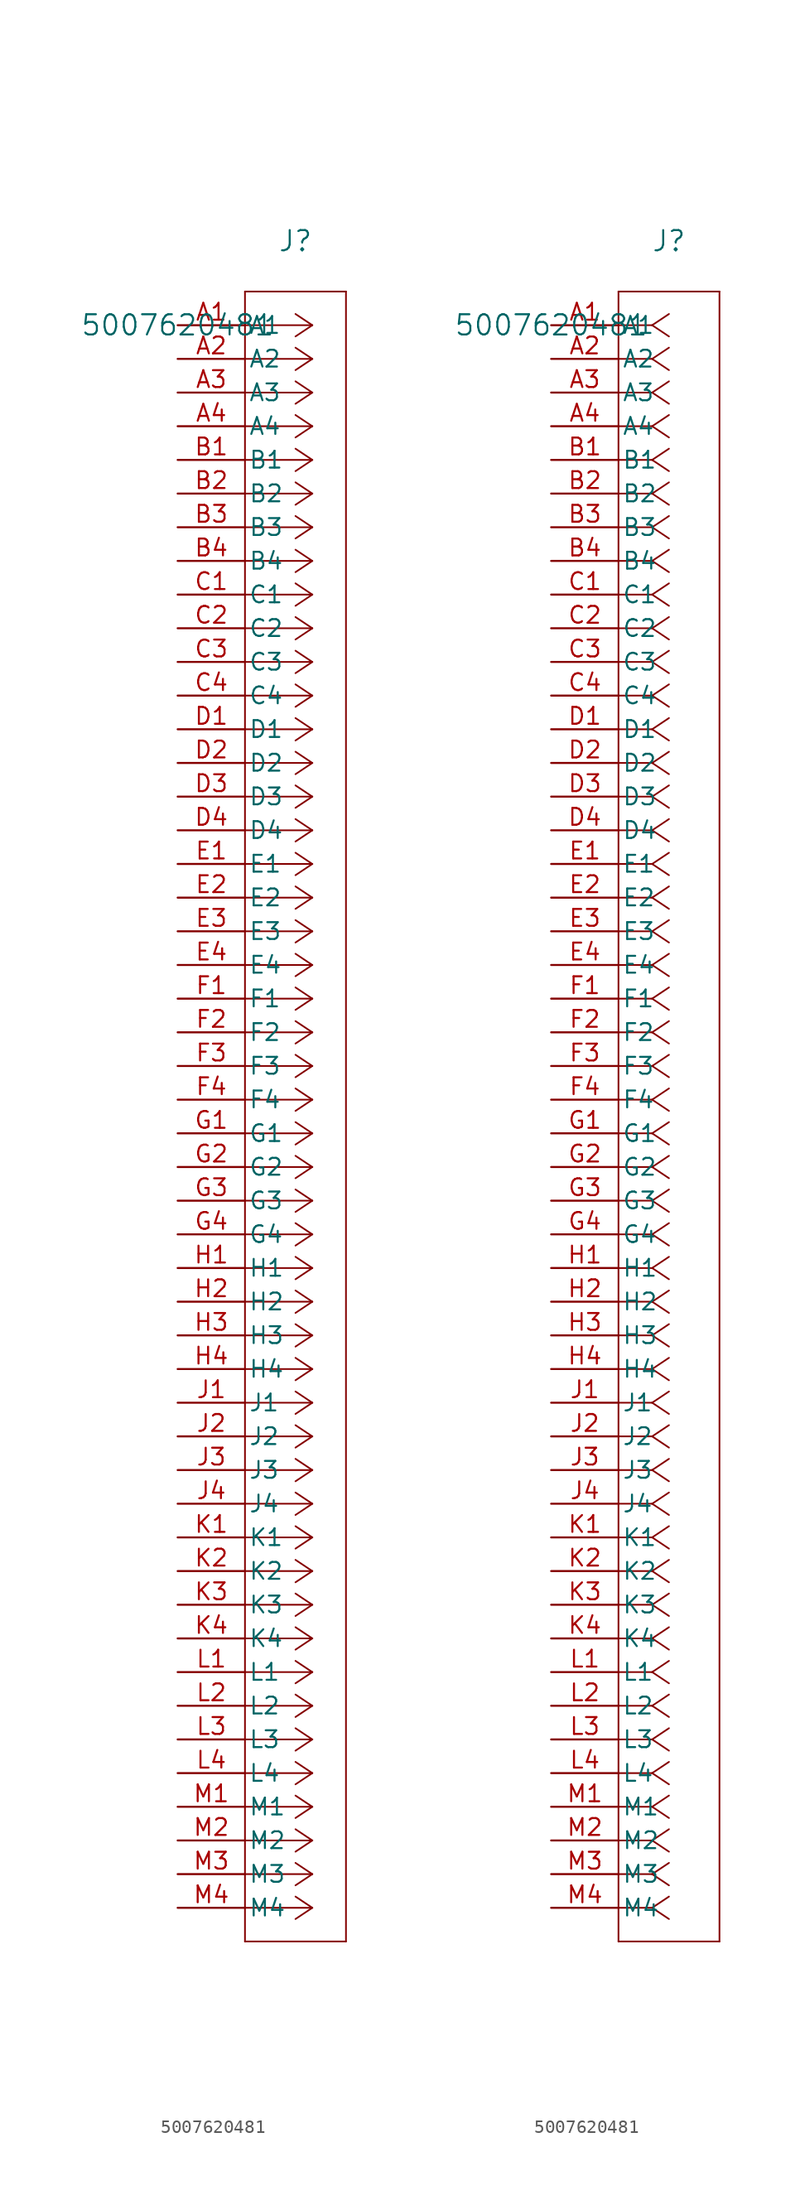
<source format=kicad_sym>
(kicad_symbol_lib
  (version 20241209)
  (generator "kicad_symbol_editor")
  (generator_version "9.0")
  (symbol "5007620481"
    (pin_names
      (offset 0.254))
    (property "Reference" "J"
      (at 8.89 6.35 0)
      (effects (font (size 1.524 1.524))))
    (property "Value" "5007620481"
      (at 0 0 0)
      (effects (font (size 1.524 1.524))))
    (property "ki_locked" ""
      (at 0 0 0)
      (effects (font (size 1.27 1.27))))
    (symbol "5007620481_1_1"
      (polyline (pts (xy 5.08 2.54) (xy 5.08 -121.92)) (stroke (width 0.127) (type default)) (fill (type none)))
      (polyline (pts (xy 5.08 -121.92) (xy 12.7 -121.92)) (stroke (width 0.127) (type default)) (fill (type none)))
      (polyline (pts (xy 10.16 0) (xy 5.08 0)) (stroke (width 0.127) (type default)) (fill (type none)))
      (polyline (pts (xy 10.16 0) (xy 8.89 0.847)) (stroke (width 0.127) (type default)) (fill (type none)))
      (polyline (pts (xy 10.16 0) (xy 8.89 -0.847)) (stroke (width 0.127) (type default)) (fill (type none)))
      (polyline (pts (xy 10.16 -2.54) (xy 5.08 -2.54)) (stroke (width 0.127) (type default)) (fill (type none)))
      (polyline (pts (xy 10.16 -2.54) (xy 8.89 -1.693)) (stroke (width 0.127) (type default)) (fill (type none)))
      (polyline (pts (xy 10.16 -2.54) (xy 8.89 -3.387)) (stroke (width 0.127) (type default)) (fill (type none)))
      (polyline (pts (xy 10.16 -5.08) (xy 5.08 -5.08)) (stroke (width 0.127) (type default)) (fill (type none)))
      (polyline (pts (xy 10.16 -5.08) (xy 8.89 -4.233)) (stroke (width 0.127) (type default)) (fill (type none)))
      (polyline (pts (xy 10.16 -5.08) (xy 8.89 -5.927)) (stroke (width 0.127) (type default)) (fill (type none)))
      (polyline (pts (xy 10.16 -7.62) (xy 5.08 -7.62)) (stroke (width 0.127) (type default)) (fill (type none)))
      (polyline (pts (xy 10.16 -7.62) (xy 8.89 -6.773)) (stroke (width 0.127) (type default)) (fill (type none)))
      (polyline (pts (xy 10.16 -7.62) (xy 8.89 -8.467)) (stroke (width 0.127) (type default)) (fill (type none)))
      (polyline (pts (xy 10.16 -10.16) (xy 5.08 -10.16)) (stroke (width 0.127) (type default)) (fill (type none)))
      (polyline (pts (xy 10.16 -10.16) (xy 8.89 -9.313)) (stroke (width 0.127) (type default)) (fill (type none)))
      (polyline (pts (xy 10.16 -10.16) (xy 8.89 -11.007)) (stroke (width 0.127) (type default)) (fill (type none)))
      (polyline (pts (xy 10.16 -12.7) (xy 5.08 -12.7)) (stroke (width 0.127) (type default)) (fill (type none)))
      (polyline (pts (xy 10.16 -12.7) (xy 8.89 -11.853)) (stroke (width 0.127) (type default)) (fill (type none)))
      (polyline (pts (xy 10.16 -12.7) (xy 8.89 -13.547)) (stroke (width 0.127) (type default)) (fill (type none)))
      (polyline (pts (xy 10.16 -15.24) (xy 5.08 -15.24)) (stroke (width 0.127) (type default)) (fill (type none)))
      (polyline (pts (xy 10.16 -15.24) (xy 8.89 -14.393)) (stroke (width 0.127) (type default)) (fill (type none)))
      (polyline (pts (xy 10.16 -15.24) (xy 8.89 -16.087)) (stroke (width 0.127) (type default)) (fill (type none)))
      (polyline (pts (xy 10.16 -17.78) (xy 5.08 -17.78)) (stroke (width 0.127) (type default)) (fill (type none)))
      (polyline (pts (xy 10.16 -17.78) (xy 8.89 -16.933)) (stroke (width 0.127) (type default)) (fill (type none)))
      (polyline (pts (xy 10.16 -17.78) (xy 8.89 -18.627)) (stroke (width 0.127) (type default)) (fill (type none)))
      (polyline (pts (xy 10.16 -20.32) (xy 5.08 -20.32)) (stroke (width 0.127) (type default)) (fill (type none)))
      (polyline (pts (xy 10.16 -20.32) (xy 8.89 -19.473)) (stroke (width 0.127) (type default)) (fill (type none)))
      (polyline (pts (xy 10.16 -20.32) (xy 8.89 -21.167)) (stroke (width 0.127) (type default)) (fill (type none)))
      (polyline (pts (xy 10.16 -22.86) (xy 5.08 -22.86)) (stroke (width 0.127) (type default)) (fill (type none)))
      (polyline (pts (xy 10.16 -22.86) (xy 8.89 -22.013)) (stroke (width 0.127) (type default)) (fill (type none)))
      (polyline (pts (xy 10.16 -22.86) (xy 8.89 -23.707)) (stroke (width 0.127) (type default)) (fill (type none)))
      (polyline (pts (xy 10.16 -25.4) (xy 5.08 -25.4)) (stroke (width 0.127) (type default)) (fill (type none)))
      (polyline (pts (xy 10.16 -25.4) (xy 8.89 -24.553)) (stroke (width 0.127) (type default)) (fill (type none)))
      (polyline (pts (xy 10.16 -25.4) (xy 8.89 -26.247)) (stroke (width 0.127) (type default)) (fill (type none)))
      (polyline (pts (xy 10.16 -27.94) (xy 5.08 -27.94)) (stroke (width 0.127) (type default)) (fill (type none)))
      (polyline (pts (xy 10.16 -27.94) (xy 8.89 -27.093)) (stroke (width 0.127) (type default)) (fill (type none)))
      (polyline (pts (xy 10.16 -27.94) (xy 8.89 -28.787)) (stroke (width 0.127) (type default)) (fill (type none)))
      (polyline (pts (xy 10.16 -30.48) (xy 5.08 -30.48)) (stroke (width 0.127) (type default)) (fill (type none)))
      (polyline (pts (xy 10.16 -30.48) (xy 8.89 -29.633)) (stroke (width 0.127) (type default)) (fill (type none)))
      (polyline (pts (xy 10.16 -30.48) (xy 8.89 -31.327)) (stroke (width 0.127) (type default)) (fill (type none)))
      (polyline (pts (xy 10.16 -33.02) (xy 5.08 -33.02)) (stroke (width 0.127) (type default)) (fill (type none)))
      (polyline (pts (xy 10.16 -33.02) (xy 8.89 -32.173)) (stroke (width 0.127) (type default)) (fill (type none)))
      (polyline (pts (xy 10.16 -33.02) (xy 8.89 -33.867)) (stroke (width 0.127) (type default)) (fill (type none)))
      (polyline (pts (xy 10.16 -35.56) (xy 5.08 -35.56)) (stroke (width 0.127) (type default)) (fill (type none)))
      (polyline (pts (xy 10.16 -35.56) (xy 8.89 -34.713)) (stroke (width 0.127) (type default)) (fill (type none)))
      (polyline (pts (xy 10.16 -35.56) (xy 8.89 -36.407)) (stroke (width 0.127) (type default)) (fill (type none)))
      (polyline (pts (xy 10.16 -38.1) (xy 5.08 -38.1)) (stroke (width 0.127) (type default)) (fill (type none)))
      (polyline (pts (xy 10.16 -38.1) (xy 8.89 -37.253)) (stroke (width 0.127) (type default)) (fill (type none)))
      (polyline (pts (xy 10.16 -38.1) (xy 8.89 -38.947)) (stroke (width 0.127) (type default)) (fill (type none)))
      (polyline (pts (xy 10.16 -40.64) (xy 5.08 -40.64)) (stroke (width 0.127) (type default)) (fill (type none)))
      (polyline (pts (xy 10.16 -40.64) (xy 8.89 -39.793)) (stroke (width 0.127) (type default)) (fill (type none)))
      (polyline (pts (xy 10.16 -40.64) (xy 8.89 -41.487)) (stroke (width 0.127) (type default)) (fill (type none)))
      (polyline (pts (xy 10.16 -43.18) (xy 5.08 -43.18)) (stroke (width 0.127) (type default)) (fill (type none)))
      (polyline (pts (xy 10.16 -43.18) (xy 8.89 -42.333)) (stroke (width 0.127) (type default)) (fill (type none)))
      (polyline (pts (xy 10.16 -43.18) (xy 8.89 -44.027)) (stroke (width 0.127) (type default)) (fill (type none)))
      (polyline (pts (xy 10.16 -45.72) (xy 5.08 -45.72)) (stroke (width 0.127) (type default)) (fill (type none)))
      (polyline (pts (xy 10.16 -45.72) (xy 8.89 -44.873)) (stroke (width 0.127) (type default)) (fill (type none)))
      (polyline (pts (xy 10.16 -45.72) (xy 8.89 -46.567)) (stroke (width 0.127) (type default)) (fill (type none)))
      (polyline (pts (xy 10.16 -48.26) (xy 5.08 -48.26)) (stroke (width 0.127) (type default)) (fill (type none)))
      (polyline (pts (xy 10.16 -48.26) (xy 8.89 -47.413)) (stroke (width 0.127) (type default)) (fill (type none)))
      (polyline (pts (xy 10.16 -48.26) (xy 8.89 -49.107)) (stroke (width 0.127) (type default)) (fill (type none)))
      (polyline (pts (xy 10.16 -50.8) (xy 5.08 -50.8)) (stroke (width 0.127) (type default)) (fill (type none)))
      (polyline (pts (xy 10.16 -50.8) (xy 8.89 -49.953)) (stroke (width 0.127) (type default)) (fill (type none)))
      (polyline (pts (xy 10.16 -50.8) (xy 8.89 -51.647)) (stroke (width 0.127) (type default)) (fill (type none)))
      (polyline (pts (xy 10.16 -53.34) (xy 5.08 -53.34)) (stroke (width 0.127) (type default)) (fill (type none)))
      (polyline (pts (xy 10.16 -53.34) (xy 8.89 -52.493)) (stroke (width 0.127) (type default)) (fill (type none)))
      (polyline (pts (xy 10.16 -53.34) (xy 8.89 -54.187)) (stroke (width 0.127) (type default)) (fill (type none)))
      (polyline (pts (xy 10.16 -55.88) (xy 5.08 -55.88)) (stroke (width 0.127) (type default)) (fill (type none)))
      (polyline (pts (xy 10.16 -55.88) (xy 8.89 -55.033)) (stroke (width 0.127) (type default)) (fill (type none)))
      (polyline (pts (xy 10.16 -55.88) (xy 8.89 -56.727)) (stroke (width 0.127) (type default)) (fill (type none)))
      (polyline (pts (xy 10.16 -58.42) (xy 5.08 -58.42)) (stroke (width 0.127) (type default)) (fill (type none)))
      (polyline (pts (xy 10.16 -58.42) (xy 8.89 -57.573)) (stroke (width 0.127) (type default)) (fill (type none)))
      (polyline (pts (xy 10.16 -58.42) (xy 8.89 -59.267)) (stroke (width 0.127) (type default)) (fill (type none)))
      (polyline (pts (xy 10.16 -60.96) (xy 5.08 -60.96)) (stroke (width 0.127) (type default)) (fill (type none)))
      (polyline (pts (xy 10.16 -60.96) (xy 8.89 -60.113)) (stroke (width 0.127) (type default)) (fill (type none)))
      (polyline (pts (xy 10.16 -60.96) (xy 8.89 -61.807)) (stroke (width 0.127) (type default)) (fill (type none)))
      (polyline (pts (xy 10.16 -63.5) (xy 5.08 -63.5)) (stroke (width 0.127) (type default)) (fill (type none)))
      (polyline (pts (xy 10.16 -63.5) (xy 8.89 -62.653)) (stroke (width 0.127) (type default)) (fill (type none)))
      (polyline (pts (xy 10.16 -63.5) (xy 8.89 -64.347)) (stroke (width 0.127) (type default)) (fill (type none)))
      (polyline (pts (xy 10.16 -66.04) (xy 5.08 -66.04)) (stroke (width 0.127) (type default)) (fill (type none)))
      (polyline (pts (xy 10.16 -66.04) (xy 8.89 -65.193)) (stroke (width 0.127) (type default)) (fill (type none)))
      (polyline (pts (xy 10.16 -66.04) (xy 8.89 -66.887)) (stroke (width 0.127) (type default)) (fill (type none)))
      (polyline (pts (xy 10.16 -68.58) (xy 5.08 -68.58)) (stroke (width 0.127) (type default)) (fill (type none)))
      (polyline (pts (xy 10.16 -68.58) (xy 8.89 -67.733)) (stroke (width 0.127) (type default)) (fill (type none)))
      (polyline (pts (xy 10.16 -68.58) (xy 8.89 -69.427)) (stroke (width 0.127) (type default)) (fill (type none)))
      (polyline (pts (xy 10.16 -71.12) (xy 5.08 -71.12)) (stroke (width 0.127) (type default)) (fill (type none)))
      (polyline (pts (xy 10.16 -71.12) (xy 8.89 -70.273)) (stroke (width 0.127) (type default)) (fill (type none)))
      (polyline (pts (xy 10.16 -71.12) (xy 8.89 -71.967)) (stroke (width 0.127) (type default)) (fill (type none)))
      (polyline (pts (xy 10.16 -73.66) (xy 5.08 -73.66)) (stroke (width 0.127) (type default)) (fill (type none)))
      (polyline (pts (xy 10.16 -73.66) (xy 8.89 -72.813)) (stroke (width 0.127) (type default)) (fill (type none)))
      (polyline (pts (xy 10.16 -73.66) (xy 8.89 -74.507)) (stroke (width 0.127) (type default)) (fill (type none)))
      (polyline (pts (xy 10.16 -76.2) (xy 5.08 -76.2)) (stroke (width 0.127) (type default)) (fill (type none)))
      (polyline (pts (xy 10.16 -76.2) (xy 8.89 -75.353)) (stroke (width 0.127) (type default)) (fill (type none)))
      (polyline (pts (xy 10.16 -76.2) (xy 8.89 -77.047)) (stroke (width 0.127) (type default)) (fill (type none)))
      (polyline (pts (xy 10.16 -78.74) (xy 5.08 -78.74)) (stroke (width 0.127) (type default)) (fill (type none)))
      (polyline (pts (xy 10.16 -78.74) (xy 8.89 -77.893)) (stroke (width 0.127) (type default)) (fill (type none)))
      (polyline (pts (xy 10.16 -78.74) (xy 8.89 -79.587)) (stroke (width 0.127) (type default)) (fill (type none)))
      (polyline (pts (xy 10.16 -81.28) (xy 5.08 -81.28)) (stroke (width 0.127) (type default)) (fill (type none)))
      (polyline (pts (xy 10.16 -81.28) (xy 8.89 -80.433)) (stroke (width 0.127) (type default)) (fill (type none)))
      (polyline (pts (xy 10.16 -81.28) (xy 8.89 -82.127)) (stroke (width 0.127) (type default)) (fill (type none)))
      (polyline (pts (xy 10.16 -83.82) (xy 5.08 -83.82)) (stroke (width 0.127) (type default)) (fill (type none)))
      (polyline (pts (xy 10.16 -83.82) (xy 8.89 -82.973)) (stroke (width 0.127) (type default)) (fill (type none)))
      (polyline (pts (xy 10.16 -83.82) (xy 8.89 -84.667)) (stroke (width 0.127) (type default)) (fill (type none)))
      (polyline (pts (xy 10.16 -86.36) (xy 5.08 -86.36)) (stroke (width 0.127) (type default)) (fill (type none)))
      (polyline (pts (xy 10.16 -86.36) (xy 8.89 -85.513)) (stroke (width 0.127) (type default)) (fill (type none)))
      (polyline (pts (xy 10.16 -86.36) (xy 8.89 -87.207)) (stroke (width 0.127) (type default)) (fill (type none)))
      (polyline (pts (xy 10.16 -88.9) (xy 5.08 -88.9)) (stroke (width 0.127) (type default)) (fill (type none)))
      (polyline (pts (xy 10.16 -88.9) (xy 8.89 -88.053)) (stroke (width 0.127) (type default)) (fill (type none)))
      (polyline (pts (xy 10.16 -88.9) (xy 8.89 -89.747)) (stroke (width 0.127) (type default)) (fill (type none)))
      (polyline (pts (xy 10.16 -91.44) (xy 5.08 -91.44)) (stroke (width 0.127) (type default)) (fill (type none)))
      (polyline (pts (xy 10.16 -91.44) (xy 8.89 -90.593)) (stroke (width 0.127) (type default)) (fill (type none)))
      (polyline (pts (xy 10.16 -91.44) (xy 8.89 -92.287)) (stroke (width 0.127) (type default)) (fill (type none)))
      (polyline (pts (xy 10.16 -93.98) (xy 5.08 -93.98)) (stroke (width 0.127) (type default)) (fill (type none)))
      (polyline (pts (xy 10.16 -93.98) (xy 8.89 -93.133)) (stroke (width 0.127) (type default)) (fill (type none)))
      (polyline (pts (xy 10.16 -93.98) (xy 8.89 -94.827)) (stroke (width 0.127) (type default)) (fill (type none)))
      (polyline (pts (xy 10.16 -96.52) (xy 5.08 -96.52)) (stroke (width 0.127) (type default)) (fill (type none)))
      (polyline (pts (xy 10.16 -96.52) (xy 8.89 -95.673)) (stroke (width 0.127) (type default)) (fill (type none)))
      (polyline (pts (xy 10.16 -96.52) (xy 8.89 -97.367)) (stroke (width 0.127) (type default)) (fill (type none)))
      (polyline (pts (xy 10.16 -99.06) (xy 5.08 -99.06)) (stroke (width 0.127) (type default)) (fill (type none)))
      (polyline (pts (xy 10.16 -99.06) (xy 8.89 -98.213)) (stroke (width 0.127) (type default)) (fill (type none)))
      (polyline (pts (xy 10.16 -99.06) (xy 8.89 -99.907)) (stroke (width 0.127) (type default)) (fill (type none)))
      (polyline (pts (xy 10.16 -101.6) (xy 5.08 -101.6)) (stroke (width 0.127) (type default)) (fill (type none)))
      (polyline (pts (xy 10.16 -101.6) (xy 8.89 -100.753)) (stroke (width 0.127) (type default)) (fill (type none)))
      (polyline (pts (xy 10.16 -101.6) (xy 8.89 -102.447)) (stroke (width 0.127) (type default)) (fill (type none)))
      (polyline (pts (xy 10.16 -104.14) (xy 5.08 -104.14)) (stroke (width 0.127) (type default)) (fill (type none)))
      (polyline (pts (xy 10.16 -104.14) (xy 8.89 -103.293)) (stroke (width 0.127) (type default)) (fill (type none)))
      (polyline (pts (xy 10.16 -104.14) (xy 8.89 -104.987)) (stroke (width 0.127) (type default)) (fill (type none)))
      (polyline (pts (xy 10.16 -106.68) (xy 5.08 -106.68)) (stroke (width 0.127) (type default)) (fill (type none)))
      (polyline (pts (xy 10.16 -106.68) (xy 8.89 -105.833)) (stroke (width 0.127) (type default)) (fill (type none)))
      (polyline (pts (xy 10.16 -106.68) (xy 8.89 -107.527)) (stroke (width 0.127) (type default)) (fill (type none)))
      (polyline (pts (xy 10.16 -109.22) (xy 5.08 -109.22)) (stroke (width 0.127) (type default)) (fill (type none)))
      (polyline (pts (xy 10.16 -109.22) (xy 8.89 -108.373)) (stroke (width 0.127) (type default)) (fill (type none)))
      (polyline (pts (xy 10.16 -109.22) (xy 8.89 -110.067)) (stroke (width 0.127) (type default)) (fill (type none)))
      (polyline (pts (xy 10.16 -111.76) (xy 5.08 -111.76)) (stroke (width 0.127) (type default)) (fill (type none)))
      (polyline (pts (xy 10.16 -111.76) (xy 8.89 -110.913)) (stroke (width 0.127) (type default)) (fill (type none)))
      (polyline (pts (xy 10.16 -111.76) (xy 8.89 -112.607)) (stroke (width 0.127) (type default)) (fill (type none)))
      (polyline (pts (xy 10.16 -114.3) (xy 5.08 -114.3)) (stroke (width 0.127) (type default)) (fill (type none)))
      (polyline (pts (xy 10.16 -114.3) (xy 8.89 -113.453)) (stroke (width 0.127) (type default)) (fill (type none)))
      (polyline (pts (xy 10.16 -114.3) (xy 8.89 -115.147)) (stroke (width 0.127) (type default)) (fill (type none)))
      (polyline (pts (xy 10.16 -116.84) (xy 5.08 -116.84)) (stroke (width 0.127) (type default)) (fill (type none)))
      (polyline (pts (xy 10.16 -116.84) (xy 8.89 -115.993)) (stroke (width 0.127) (type default)) (fill (type none)))
      (polyline (pts (xy 10.16 -116.84) (xy 8.89 -117.687)) (stroke (width 0.127) (type default)) (fill (type none)))
      (polyline (pts (xy 10.16 -119.38) (xy 5.08 -119.38)) (stroke (width 0.127) (type default)) (fill (type none)))
      (polyline (pts (xy 10.16 -119.38) (xy 8.89 -118.533)) (stroke (width 0.127) (type default)) (fill (type none)))
      (polyline (pts (xy 10.16 -119.38) (xy 8.89 -120.227)) (stroke (width 0.127) (type default)) (fill (type none)))
      (polyline (pts (xy 12.7 2.54) (xy 5.08 2.54)) (stroke (width 0.127) (type default)) (fill (type none)))
      (polyline (pts (xy 12.7 -121.92) (xy 12.7 2.54)) (stroke (width 0.127) (type default)) (fill (type none)))
      (pin unspecified line (at 0 0 0) (length 5.08) (name "A1" (effects (font (size 1.27 1.27)))) (number "A1" (effects (font (size 1.27 1.27)))))
      (pin unspecified line (at 0 -2.54 0) (length 5.08) (name "A2" (effects (font (size 1.27 1.27)))) (number "A2" (effects (font (size 1.27 1.27)))))
      (pin unspecified line (at 0 -5.08 0) (length 5.08) (name "A3" (effects (font (size 1.27 1.27)))) (number "A3" (effects (font (size 1.27 1.27)))))
      (pin unspecified line (at 0 -7.62 0) (length 5.08) (name "A4" (effects (font (size 1.27 1.27)))) (number "A4" (effects (font (size 1.27 1.27)))))
      (pin unspecified line (at 0 -10.16 0) (length 5.08) (name "B1" (effects (font (size 1.27 1.27)))) (number "B1" (effects (font (size 1.27 1.27)))))
      (pin unspecified line (at 0 -12.7 0) (length 5.08) (name "B2" (effects (font (size 1.27 1.27)))) (number "B2" (effects (font (size 1.27 1.27)))))
      (pin unspecified line (at 0 -15.24 0) (length 5.08) (name "B3" (effects (font (size 1.27 1.27)))) (number "B3" (effects (font (size 1.27 1.27)))))
      (pin unspecified line (at 0 -17.78 0) (length 5.08) (name "B4" (effects (font (size 1.27 1.27)))) (number "B4" (effects (font (size 1.27 1.27)))))
      (pin unspecified line (at 0 -20.32 0) (length 5.08) (name "C1" (effects (font (size 1.27 1.27)))) (number "C1" (effects (font (size 1.27 1.27)))))
      (pin unspecified line (at 0 -22.86 0) (length 5.08) (name "C2" (effects (font (size 1.27 1.27)))) (number "C2" (effects (font (size 1.27 1.27)))))
      (pin unspecified line (at 0 -25.4 0) (length 5.08) (name "C3" (effects (font (size 1.27 1.27)))) (number "C3" (effects (font (size 1.27 1.27)))))
      (pin unspecified line (at 0 -27.94 0) (length 5.08) (name "C4" (effects (font (size 1.27 1.27)))) (number "C4" (effects (font (size 1.27 1.27)))))
      (pin unspecified line (at 0 -30.48 0) (length 5.08) (name "D1" (effects (font (size 1.27 1.27)))) (number "D1" (effects (font (size 1.27 1.27)))))
      (pin unspecified line (at 0 -33.02 0) (length 5.08) (name "D2" (effects (font (size 1.27 1.27)))) (number "D2" (effects (font (size 1.27 1.27)))))
      (pin unspecified line (at 0 -35.56 0) (length 5.08) (name "D3" (effects (font (size 1.27 1.27)))) (number "D3" (effects (font (size 1.27 1.27)))))
      (pin unspecified line (at 0 -38.1 0) (length 5.08) (name "D4" (effects (font (size 1.27 1.27)))) (number "D4" (effects (font (size 1.27 1.27)))))
      (pin unspecified line (at 0 -40.64 0) (length 5.08) (name "E1" (effects (font (size 1.27 1.27)))) (number "E1" (effects (font (size 1.27 1.27)))))
      (pin unspecified line (at 0 -43.18 0) (length 5.08) (name "E2" (effects (font (size 1.27 1.27)))) (number "E2" (effects (font (size 1.27 1.27)))))
      (pin unspecified line (at 0 -45.72 0) (length 5.08) (name "E3" (effects (font (size 1.27 1.27)))) (number "E3" (effects (font (size 1.27 1.27)))))
      (pin unspecified line (at 0 -48.26 0) (length 5.08) (name "E4" (effects (font (size 1.27 1.27)))) (number "E4" (effects (font (size 1.27 1.27)))))
      (pin unspecified line (at 0 -50.8 0) (length 5.08) (name "F1" (effects (font (size 1.27 1.27)))) (number "F1" (effects (font (size 1.27 1.27)))))
      (pin unspecified line (at 0 -53.34 0) (length 5.08) (name "F2" (effects (font (size 1.27 1.27)))) (number "F2" (effects (font (size 1.27 1.27)))))
      (pin unspecified line (at 0 -55.88 0) (length 5.08) (name "F3" (effects (font (size 1.27 1.27)))) (number "F3" (effects (font (size 1.27 1.27)))))
      (pin unspecified line (at 0 -58.42 0) (length 5.08) (name "F4" (effects (font (size 1.27 1.27)))) (number "F4" (effects (font (size 1.27 1.27)))))
      (pin unspecified line (at 0 -60.96 0) (length 5.08) (name "G1" (effects (font (size 1.27 1.27)))) (number "G1" (effects (font (size 1.27 1.27)))))
      (pin unspecified line (at 0 -63.5 0) (length 5.08) (name "G2" (effects (font (size 1.27 1.27)))) (number "G2" (effects (font (size 1.27 1.27)))))
      (pin unspecified line (at 0 -66.04 0) (length 5.08) (name "G3" (effects (font (size 1.27 1.27)))) (number "G3" (effects (font (size 1.27 1.27)))))
      (pin unspecified line (at 0 -68.58 0) (length 5.08) (name "G4" (effects (font (size 1.27 1.27)))) (number "G4" (effects (font (size 1.27 1.27)))))
      (pin unspecified line (at 0 -71.12 0) (length 5.08) (name "H1" (effects (font (size 1.27 1.27)))) (number "H1" (effects (font (size 1.27 1.27)))))
      (pin unspecified line (at 0 -73.66 0) (length 5.08) (name "H2" (effects (font (size 1.27 1.27)))) (number "H2" (effects (font (size 1.27 1.27)))))
      (pin unspecified line (at 0 -76.2 0) (length 5.08) (name "H3" (effects (font (size 1.27 1.27)))) (number "H3" (effects (font (size 1.27 1.27)))))
      (pin unspecified line (at 0 -78.74 0) (length 5.08) (name "H4" (effects (font (size 1.27 1.27)))) (number "H4" (effects (font (size 1.27 1.27)))))
      (pin unspecified line (at 0 -81.28 0) (length 5.08) (name "J1" (effects (font (size 1.27 1.27)))) (number "J1" (effects (font (size 1.27 1.27)))))
      (pin unspecified line (at 0 -83.82 0) (length 5.08) (name "J2" (effects (font (size 1.27 1.27)))) (number "J2" (effects (font (size 1.27 1.27)))))
      (pin unspecified line (at 0 -86.36 0) (length 5.08) (name "J3" (effects (font (size 1.27 1.27)))) (number "J3" (effects (font (size 1.27 1.27)))))
      (pin unspecified line (at 0 -88.9 0) (length 5.08) (name "J4" (effects (font (size 1.27 1.27)))) (number "J4" (effects (font (size 1.27 1.27)))))
      (pin unspecified line (at 0 -91.44 0) (length 5.08) (name "K1" (effects (font (size 1.27 1.27)))) (number "K1" (effects (font (size 1.27 1.27)))))
      (pin unspecified line (at 0 -93.98 0) (length 5.08) (name "K2" (effects (font (size 1.27 1.27)))) (number "K2" (effects (font (size 1.27 1.27)))))
      (pin unspecified line (at 0 -96.52 0) (length 5.08) (name "K3" (effects (font (size 1.27 1.27)))) (number "K3" (effects (font (size 1.27 1.27)))))
      (pin unspecified line (at 0 -99.06 0) (length 5.08) (name "K4" (effects (font (size 1.27 1.27)))) (number "K4" (effects (font (size 1.27 1.27)))))
      (pin unspecified line (at 0 -101.6 0) (length 5.08) (name "L1" (effects (font (size 1.27 1.27)))) (number "L1" (effects (font (size 1.27 1.27)))))
      (pin unspecified line (at 0 -104.14 0) (length 5.08) (name "L2" (effects (font (size 1.27 1.27)))) (number "L2" (effects (font (size 1.27 1.27)))))
      (pin unspecified line (at 0 -106.68 0) (length 5.08) (name "L3" (effects (font (size 1.27 1.27)))) (number "L3" (effects (font (size 1.27 1.27)))))
      (pin unspecified line (at 0 -109.22 0) (length 5.08) (name "L4" (effects (font (size 1.27 1.27)))) (number "L4" (effects (font (size 1.27 1.27)))))
      (pin unspecified line (at 0 -111.76 0) (length 5.08) (name "M1" (effects (font (size 1.27 1.27)))) (number "M1" (effects (font (size 1.27 1.27)))))
      (pin unspecified line (at 0 -114.3 0) (length 5.08) (name "M2" (effects (font (size 1.27 1.27)))) (number "M2" (effects (font (size 1.27 1.27)))))
      (pin unspecified line (at 0 -116.84 0) (length 5.08) (name "M3" (effects (font (size 1.27 1.27)))) (number "M3" (effects (font (size 1.27 1.27)))))
      (pin unspecified line (at 0 -119.38 0) (length 5.08) (name "M4" (effects (font (size 1.27 1.27)))) (number "M4" (effects (font (size 1.27 1.27))))))
    (symbol "5007620481_1_2"
      (polyline (pts (xy 5.08 2.54) (xy 5.08 -121.92)) (stroke (width 0.127) (type default)) (fill (type none)))
      (polyline (pts (xy 5.08 -121.92) (xy 12.7 -121.92)) (stroke (width 0.127) (type default)) (fill (type none)))
      (polyline (pts (xy 7.62 0) (xy 5.08 0)) (stroke (width 0.127) (type default)) (fill (type none)))
      (polyline (pts (xy 7.62 0) (xy 8.89 0.847)) (stroke (width 0.127) (type default)) (fill (type none)))
      (polyline (pts (xy 7.62 0) (xy 8.89 -0.847)) (stroke (width 0.127) (type default)) (fill (type none)))
      (polyline (pts (xy 7.62 -2.54) (xy 5.08 -2.54)) (stroke (width 0.127) (type default)) (fill (type none)))
      (polyline (pts (xy 7.62 -2.54) (xy 8.89 -1.693)) (stroke (width 0.127) (type default)) (fill (type none)))
      (polyline (pts (xy 7.62 -2.54) (xy 8.89 -3.387)) (stroke (width 0.127) (type default)) (fill (type none)))
      (polyline (pts (xy 7.62 -5.08) (xy 5.08 -5.08)) (stroke (width 0.127) (type default)) (fill (type none)))
      (polyline (pts (xy 7.62 -5.08) (xy 8.89 -4.233)) (stroke (width 0.127) (type default)) (fill (type none)))
      (polyline (pts (xy 7.62 -5.08) (xy 8.89 -5.927)) (stroke (width 0.127) (type default)) (fill (type none)))
      (polyline (pts (xy 7.62 -7.62) (xy 5.08 -7.62)) (stroke (width 0.127) (type default)) (fill (type none)))
      (polyline (pts (xy 7.62 -7.62) (xy 8.89 -6.773)) (stroke (width 0.127) (type default)) (fill (type none)))
      (polyline (pts (xy 7.62 -7.62) (xy 8.89 -8.467)) (stroke (width 0.127) (type default)) (fill (type none)))
      (polyline (pts (xy 7.62 -10.16) (xy 5.08 -10.16)) (stroke (width 0.127) (type default)) (fill (type none)))
      (polyline (pts (xy 7.62 -10.16) (xy 8.89 -9.313)) (stroke (width 0.127) (type default)) (fill (type none)))
      (polyline (pts (xy 7.62 -10.16) (xy 8.89 -11.007)) (stroke (width 0.127) (type default)) (fill (type none)))
      (polyline (pts (xy 7.62 -12.7) (xy 5.08 -12.7)) (stroke (width 0.127) (type default)) (fill (type none)))
      (polyline (pts (xy 7.62 -12.7) (xy 8.89 -11.853)) (stroke (width 0.127) (type default)) (fill (type none)))
      (polyline (pts (xy 7.62 -12.7) (xy 8.89 -13.547)) (stroke (width 0.127) (type default)) (fill (type none)))
      (polyline (pts (xy 7.62 -15.24) (xy 5.08 -15.24)) (stroke (width 0.127) (type default)) (fill (type none)))
      (polyline (pts (xy 7.62 -15.24) (xy 8.89 -14.393)) (stroke (width 0.127) (type default)) (fill (type none)))
      (polyline (pts (xy 7.62 -15.24) (xy 8.89 -16.087)) (stroke (width 0.127) (type default)) (fill (type none)))
      (polyline (pts (xy 7.62 -17.78) (xy 5.08 -17.78)) (stroke (width 0.127) (type default)) (fill (type none)))
      (polyline (pts (xy 7.62 -17.78) (xy 8.89 -16.933)) (stroke (width 0.127) (type default)) (fill (type none)))
      (polyline (pts (xy 7.62 -17.78) (xy 8.89 -18.627)) (stroke (width 0.127) (type default)) (fill (type none)))
      (polyline (pts (xy 7.62 -20.32) (xy 5.08 -20.32)) (stroke (width 0.127) (type default)) (fill (type none)))
      (polyline (pts (xy 7.62 -20.32) (xy 8.89 -19.473)) (stroke (width 0.127) (type default)) (fill (type none)))
      (polyline (pts (xy 7.62 -20.32) (xy 8.89 -21.167)) (stroke (width 0.127) (type default)) (fill (type none)))
      (polyline (pts (xy 7.62 -22.86) (xy 5.08 -22.86)) (stroke (width 0.127) (type default)) (fill (type none)))
      (polyline (pts (xy 7.62 -22.86) (xy 8.89 -22.013)) (stroke (width 0.127) (type default)) (fill (type none)))
      (polyline (pts (xy 7.62 -22.86) (xy 8.89 -23.707)) (stroke (width 0.127) (type default)) (fill (type none)))
      (polyline (pts (xy 7.62 -25.4) (xy 5.08 -25.4)) (stroke (width 0.127) (type default)) (fill (type none)))
      (polyline (pts (xy 7.62 -25.4) (xy 8.89 -24.553)) (stroke (width 0.127) (type default)) (fill (type none)))
      (polyline (pts (xy 7.62 -25.4) (xy 8.89 -26.247)) (stroke (width 0.127) (type default)) (fill (type none)))
      (polyline (pts (xy 7.62 -27.94) (xy 5.08 -27.94)) (stroke (width 0.127) (type default)) (fill (type none)))
      (polyline (pts (xy 7.62 -27.94) (xy 8.89 -27.093)) (stroke (width 0.127) (type default)) (fill (type none)))
      (polyline (pts (xy 7.62 -27.94) (xy 8.89 -28.787)) (stroke (width 0.127) (type default)) (fill (type none)))
      (polyline (pts (xy 7.62 -30.48) (xy 5.08 -30.48)) (stroke (width 0.127) (type default)) (fill (type none)))
      (polyline (pts (xy 7.62 -30.48) (xy 8.89 -29.633)) (stroke (width 0.127) (type default)) (fill (type none)))
      (polyline (pts (xy 7.62 -30.48) (xy 8.89 -31.327)) (stroke (width 0.127) (type default)) (fill (type none)))
      (polyline (pts (xy 7.62 -33.02) (xy 5.08 -33.02)) (stroke (width 0.127) (type default)) (fill (type none)))
      (polyline (pts (xy 7.62 -33.02) (xy 8.89 -32.173)) (stroke (width 0.127) (type default)) (fill (type none)))
      (polyline (pts (xy 7.62 -33.02) (xy 8.89 -33.867)) (stroke (width 0.127) (type default)) (fill (type none)))
      (polyline (pts (xy 7.62 -35.56) (xy 5.08 -35.56)) (stroke (width 0.127) (type default)) (fill (type none)))
      (polyline (pts (xy 7.62 -35.56) (xy 8.89 -34.713)) (stroke (width 0.127) (type default)) (fill (type none)))
      (polyline (pts (xy 7.62 -35.56) (xy 8.89 -36.407)) (stroke (width 0.127) (type default)) (fill (type none)))
      (polyline (pts (xy 7.62 -38.1) (xy 5.08 -38.1)) (stroke (width 0.127) (type default)) (fill (type none)))
      (polyline (pts (xy 7.62 -38.1) (xy 8.89 -37.253)) (stroke (width 0.127) (type default)) (fill (type none)))
      (polyline (pts (xy 7.62 -38.1) (xy 8.89 -38.947)) (stroke (width 0.127) (type default)) (fill (type none)))
      (polyline (pts (xy 7.62 -40.64) (xy 5.08 -40.64)) (stroke (width 0.127) (type default)) (fill (type none)))
      (polyline (pts (xy 7.62 -40.64) (xy 8.89 -39.793)) (stroke (width 0.127) (type default)) (fill (type none)))
      (polyline (pts (xy 7.62 -40.64) (xy 8.89 -41.487)) (stroke (width 0.127) (type default)) (fill (type none)))
      (polyline (pts (xy 7.62 -43.18) (xy 5.08 -43.18)) (stroke (width 0.127) (type default)) (fill (type none)))
      (polyline (pts (xy 7.62 -43.18) (xy 8.89 -42.333)) (stroke (width 0.127) (type default)) (fill (type none)))
      (polyline (pts (xy 7.62 -43.18) (xy 8.89 -44.027)) (stroke (width 0.127) (type default)) (fill (type none)))
      (polyline (pts (xy 7.62 -45.72) (xy 5.08 -45.72)) (stroke (width 0.127) (type default)) (fill (type none)))
      (polyline (pts (xy 7.62 -45.72) (xy 8.89 -44.873)) (stroke (width 0.127) (type default)) (fill (type none)))
      (polyline (pts (xy 7.62 -45.72) (xy 8.89 -46.567)) (stroke (width 0.127) (type default)) (fill (type none)))
      (polyline (pts (xy 7.62 -48.26) (xy 5.08 -48.26)) (stroke (width 0.127) (type default)) (fill (type none)))
      (polyline (pts (xy 7.62 -48.26) (xy 8.89 -47.413)) (stroke (width 0.127) (type default)) (fill (type none)))
      (polyline (pts (xy 7.62 -48.26) (xy 8.89 -49.107)) (stroke (width 0.127) (type default)) (fill (type none)))
      (polyline (pts (xy 7.62 -50.8) (xy 5.08 -50.8)) (stroke (width 0.127) (type default)) (fill (type none)))
      (polyline (pts (xy 7.62 -50.8) (xy 8.89 -49.953)) (stroke (width 0.127) (type default)) (fill (type none)))
      (polyline (pts (xy 7.62 -50.8) (xy 8.89 -51.647)) (stroke (width 0.127) (type default)) (fill (type none)))
      (polyline (pts (xy 7.62 -53.34) (xy 5.08 -53.34)) (stroke (width 0.127) (type default)) (fill (type none)))
      (polyline (pts (xy 7.62 -53.34) (xy 8.89 -52.493)) (stroke (width 0.127) (type default)) (fill (type none)))
      (polyline (pts (xy 7.62 -53.34) (xy 8.89 -54.187)) (stroke (width 0.127) (type default)) (fill (type none)))
      (polyline (pts (xy 7.62 -55.88) (xy 5.08 -55.88)) (stroke (width 0.127) (type default)) (fill (type none)))
      (polyline (pts (xy 7.62 -55.88) (xy 8.89 -55.033)) (stroke (width 0.127) (type default)) (fill (type none)))
      (polyline (pts (xy 7.62 -55.88) (xy 8.89 -56.727)) (stroke (width 0.127) (type default)) (fill (type none)))
      (polyline (pts (xy 7.62 -58.42) (xy 5.08 -58.42)) (stroke (width 0.127) (type default)) (fill (type none)))
      (polyline (pts (xy 7.62 -58.42) (xy 8.89 -57.573)) (stroke (width 0.127) (type default)) (fill (type none)))
      (polyline (pts (xy 7.62 -58.42) (xy 8.89 -59.267)) (stroke (width 0.127) (type default)) (fill (type none)))
      (polyline (pts (xy 7.62 -60.96) (xy 5.08 -60.96)) (stroke (width 0.127) (type default)) (fill (type none)))
      (polyline (pts (xy 7.62 -60.96) (xy 8.89 -60.113)) (stroke (width 0.127) (type default)) (fill (type none)))
      (polyline (pts (xy 7.62 -60.96) (xy 8.89 -61.807)) (stroke (width 0.127) (type default)) (fill (type none)))
      (polyline (pts (xy 7.62 -63.5) (xy 5.08 -63.5)) (stroke (width 0.127) (type default)) (fill (type none)))
      (polyline (pts (xy 7.62 -63.5) (xy 8.89 -62.653)) (stroke (width 0.127) (type default)) (fill (type none)))
      (polyline (pts (xy 7.62 -63.5) (xy 8.89 -64.347)) (stroke (width 0.127) (type default)) (fill (type none)))
      (polyline (pts (xy 7.62 -66.04) (xy 5.08 -66.04)) (stroke (width 0.127) (type default)) (fill (type none)))
      (polyline (pts (xy 7.62 -66.04) (xy 8.89 -65.193)) (stroke (width 0.127) (type default)) (fill (type none)))
      (polyline (pts (xy 7.62 -66.04) (xy 8.89 -66.887)) (stroke (width 0.127) (type default)) (fill (type none)))
      (polyline (pts (xy 7.62 -68.58) (xy 5.08 -68.58)) (stroke (width 0.127) (type default)) (fill (type none)))
      (polyline (pts (xy 7.62 -68.58) (xy 8.89 -67.733)) (stroke (width 0.127) (type default)) (fill (type none)))
      (polyline (pts (xy 7.62 -68.58) (xy 8.89 -69.427)) (stroke (width 0.127) (type default)) (fill (type none)))
      (polyline (pts (xy 7.62 -71.12) (xy 5.08 -71.12)) (stroke (width 0.127) (type default)) (fill (type none)))
      (polyline (pts (xy 7.62 -71.12) (xy 8.89 -70.273)) (stroke (width 0.127) (type default)) (fill (type none)))
      (polyline (pts (xy 7.62 -71.12) (xy 8.89 -71.967)) (stroke (width 0.127) (type default)) (fill (type none)))
      (polyline (pts (xy 7.62 -73.66) (xy 5.08 -73.66)) (stroke (width 0.127) (type default)) (fill (type none)))
      (polyline (pts (xy 7.62 -73.66) (xy 8.89 -72.813)) (stroke (width 0.127) (type default)) (fill (type none)))
      (polyline (pts (xy 7.62 -73.66) (xy 8.89 -74.507)) (stroke (width 0.127) (type default)) (fill (type none)))
      (polyline (pts (xy 7.62 -76.2) (xy 5.08 -76.2)) (stroke (width 0.127) (type default)) (fill (type none)))
      (polyline (pts (xy 7.62 -76.2) (xy 8.89 -75.353)) (stroke (width 0.127) (type default)) (fill (type none)))
      (polyline (pts (xy 7.62 -76.2) (xy 8.89 -77.047)) (stroke (width 0.127) (type default)) (fill (type none)))
      (polyline (pts (xy 7.62 -78.74) (xy 5.08 -78.74)) (stroke (width 0.127) (type default)) (fill (type none)))
      (polyline (pts (xy 7.62 -78.74) (xy 8.89 -77.893)) (stroke (width 0.127) (type default)) (fill (type none)))
      (polyline (pts (xy 7.62 -78.74) (xy 8.89 -79.587)) (stroke (width 0.127) (type default)) (fill (type none)))
      (polyline (pts (xy 7.62 -81.28) (xy 5.08 -81.28)) (stroke (width 0.127) (type default)) (fill (type none)))
      (polyline (pts (xy 7.62 -81.28) (xy 8.89 -80.433)) (stroke (width 0.127) (type default)) (fill (type none)))
      (polyline (pts (xy 7.62 -81.28) (xy 8.89 -82.127)) (stroke (width 0.127) (type default)) (fill (type none)))
      (polyline (pts (xy 7.62 -83.82) (xy 5.08 -83.82)) (stroke (width 0.127) (type default)) (fill (type none)))
      (polyline (pts (xy 7.62 -83.82) (xy 8.89 -82.973)) (stroke (width 0.127) (type default)) (fill (type none)))
      (polyline (pts (xy 7.62 -83.82) (xy 8.89 -84.667)) (stroke (width 0.127) (type default)) (fill (type none)))
      (polyline (pts (xy 7.62 -86.36) (xy 5.08 -86.36)) (stroke (width 0.127) (type default)) (fill (type none)))
      (polyline (pts (xy 7.62 -86.36) (xy 8.89 -85.513)) (stroke (width 0.127) (type default)) (fill (type none)))
      (polyline (pts (xy 7.62 -86.36) (xy 8.89 -87.207)) (stroke (width 0.127) (type default)) (fill (type none)))
      (polyline (pts (xy 7.62 -88.9) (xy 5.08 -88.9)) (stroke (width 0.127) (type default)) (fill (type none)))
      (polyline (pts (xy 7.62 -88.9) (xy 8.89 -88.053)) (stroke (width 0.127) (type default)) (fill (type none)))
      (polyline (pts (xy 7.62 -88.9) (xy 8.89 -89.747)) (stroke (width 0.127) (type default)) (fill (type none)))
      (polyline (pts (xy 7.62 -91.44) (xy 5.08 -91.44)) (stroke (width 0.127) (type default)) (fill (type none)))
      (polyline (pts (xy 7.62 -91.44) (xy 8.89 -90.593)) (stroke (width 0.127) (type default)) (fill (type none)))
      (polyline (pts (xy 7.62 -91.44) (xy 8.89 -92.287)) (stroke (width 0.127) (type default)) (fill (type none)))
      (polyline (pts (xy 7.62 -93.98) (xy 5.08 -93.98)) (stroke (width 0.127) (type default)) (fill (type none)))
      (polyline (pts (xy 7.62 -93.98) (xy 8.89 -93.133)) (stroke (width 0.127) (type default)) (fill (type none)))
      (polyline (pts (xy 7.62 -93.98) (xy 8.89 -94.827)) (stroke (width 0.127) (type default)) (fill (type none)))
      (polyline (pts (xy 7.62 -96.52) (xy 5.08 -96.52)) (stroke (width 0.127) (type default)) (fill (type none)))
      (polyline (pts (xy 7.62 -96.52) (xy 8.89 -95.673)) (stroke (width 0.127) (type default)) (fill (type none)))
      (polyline (pts (xy 7.62 -96.52) (xy 8.89 -97.367)) (stroke (width 0.127) (type default)) (fill (type none)))
      (polyline (pts (xy 7.62 -99.06) (xy 5.08 -99.06)) (stroke (width 0.127) (type default)) (fill (type none)))
      (polyline (pts (xy 7.62 -99.06) (xy 8.89 -98.213)) (stroke (width 0.127) (type default)) (fill (type none)))
      (polyline (pts (xy 7.62 -99.06) (xy 8.89 -99.907)) (stroke (width 0.127) (type default)) (fill (type none)))
      (polyline (pts (xy 7.62 -101.6) (xy 5.08 -101.6)) (stroke (width 0.127) (type default)) (fill (type none)))
      (polyline (pts (xy 7.62 -101.6) (xy 8.89 -100.753)) (stroke (width 0.127) (type default)) (fill (type none)))
      (polyline (pts (xy 7.62 -101.6) (xy 8.89 -102.447)) (stroke (width 0.127) (type default)) (fill (type none)))
      (polyline (pts (xy 7.62 -104.14) (xy 5.08 -104.14)) (stroke (width 0.127) (type default)) (fill (type none)))
      (polyline (pts (xy 7.62 -104.14) (xy 8.89 -103.293)) (stroke (width 0.127) (type default)) (fill (type none)))
      (polyline (pts (xy 7.62 -104.14) (xy 8.89 -104.987)) (stroke (width 0.127) (type default)) (fill (type none)))
      (polyline (pts (xy 7.62 -106.68) (xy 5.08 -106.68)) (stroke (width 0.127) (type default)) (fill (type none)))
      (polyline (pts (xy 7.62 -106.68) (xy 8.89 -105.833)) (stroke (width 0.127) (type default)) (fill (type none)))
      (polyline (pts (xy 7.62 -106.68) (xy 8.89 -107.527)) (stroke (width 0.127) (type default)) (fill (type none)))
      (polyline (pts (xy 7.62 -109.22) (xy 5.08 -109.22)) (stroke (width 0.127) (type default)) (fill (type none)))
      (polyline (pts (xy 7.62 -109.22) (xy 8.89 -108.373)) (stroke (width 0.127) (type default)) (fill (type none)))
      (polyline (pts (xy 7.62 -109.22) (xy 8.89 -110.067)) (stroke (width 0.127) (type default)) (fill (type none)))
      (polyline (pts (xy 7.62 -111.76) (xy 5.08 -111.76)) (stroke (width 0.127) (type default)) (fill (type none)))
      (polyline (pts (xy 7.62 -111.76) (xy 8.89 -110.913)) (stroke (width 0.127) (type default)) (fill (type none)))
      (polyline (pts (xy 7.62 -111.76) (xy 8.89 -112.607)) (stroke (width 0.127) (type default)) (fill (type none)))
      (polyline (pts (xy 7.62 -114.3) (xy 5.08 -114.3)) (stroke (width 0.127) (type default)) (fill (type none)))
      (polyline (pts (xy 7.62 -114.3) (xy 8.89 -113.453)) (stroke (width 0.127) (type default)) (fill (type none)))
      (polyline (pts (xy 7.62 -114.3) (xy 8.89 -115.147)) (stroke (width 0.127) (type default)) (fill (type none)))
      (polyline (pts (xy 7.62 -116.84) (xy 5.08 -116.84)) (stroke (width 0.127) (type default)) (fill (type none)))
      (polyline (pts (xy 7.62 -116.84) (xy 8.89 -115.993)) (stroke (width 0.127) (type default)) (fill (type none)))
      (polyline (pts (xy 7.62 -116.84) (xy 8.89 -117.687)) (stroke (width 0.127) (type default)) (fill (type none)))
      (polyline (pts (xy 7.62 -119.38) (xy 5.08 -119.38)) (stroke (width 0.127) (type default)) (fill (type none)))
      (polyline (pts (xy 7.62 -119.38) (xy 8.89 -118.533)) (stroke (width 0.127) (type default)) (fill (type none)))
      (polyline (pts (xy 7.62 -119.38) (xy 8.89 -120.227)) (stroke (width 0.127) (type default)) (fill (type none)))
      (polyline (pts (xy 12.7 2.54) (xy 5.08 2.54)) (stroke (width 0.127) (type default)) (fill (type none)))
      (polyline (pts (xy 12.7 -121.92) (xy 12.7 2.54)) (stroke (width 0.127) (type default)) (fill (type none)))
      (pin unspecified line (at 0 0 0) (length 5.08) (name "A1" (effects (font (size 1.27 1.27)))) (number "A1" (effects (font (size 1.27 1.27)))))
      (pin unspecified line (at 0 -2.54 0) (length 5.08) (name "A2" (effects (font (size 1.27 1.27)))) (number "A2" (effects (font (size 1.27 1.27)))))
      (pin unspecified line (at 0 -5.08 0) (length 5.08) (name "A3" (effects (font (size 1.27 1.27)))) (number "A3" (effects (font (size 1.27 1.27)))))
      (pin unspecified line (at 0 -7.62 0) (length 5.08) (name "A4" (effects (font (size 1.27 1.27)))) (number "A4" (effects (font (size 1.27 1.27)))))
      (pin unspecified line (at 0 -10.16 0) (length 5.08) (name "B1" (effects (font (size 1.27 1.27)))) (number "B1" (effects (font (size 1.27 1.27)))))
      (pin unspecified line (at 0 -12.7 0) (length 5.08) (name "B2" (effects (font (size 1.27 1.27)))) (number "B2" (effects (font (size 1.27 1.27)))))
      (pin unspecified line (at 0 -15.24 0) (length 5.08) (name "B3" (effects (font (size 1.27 1.27)))) (number "B3" (effects (font (size 1.27 1.27)))))
      (pin unspecified line (at 0 -17.78 0) (length 5.08) (name "B4" (effects (font (size 1.27 1.27)))) (number "B4" (effects (font (size 1.27 1.27)))))
      (pin unspecified line (at 0 -20.32 0) (length 5.08) (name "C1" (effects (font (size 1.27 1.27)))) (number "C1" (effects (font (size 1.27 1.27)))))
      (pin unspecified line (at 0 -22.86 0) (length 5.08) (name "C2" (effects (font (size 1.27 1.27)))) (number "C2" (effects (font (size 1.27 1.27)))))
      (pin unspecified line (at 0 -25.4 0) (length 5.08) (name "C3" (effects (font (size 1.27 1.27)))) (number "C3" (effects (font (size 1.27 1.27)))))
      (pin unspecified line (at 0 -27.94 0) (length 5.08) (name "C4" (effects (font (size 1.27 1.27)))) (number "C4" (effects (font (size 1.27 1.27)))))
      (pin unspecified line (at 0 -30.48 0) (length 5.08) (name "D1" (effects (font (size 1.27 1.27)))) (number "D1" (effects (font (size 1.27 1.27)))))
      (pin unspecified line (at 0 -33.02 0) (length 5.08) (name "D2" (effects (font (size 1.27 1.27)))) (number "D2" (effects (font (size 1.27 1.27)))))
      (pin unspecified line (at 0 -35.56 0) (length 5.08) (name "D3" (effects (font (size 1.27 1.27)))) (number "D3" (effects (font (size 1.27 1.27)))))
      (pin unspecified line (at 0 -38.1 0) (length 5.08) (name "D4" (effects (font (size 1.27 1.27)))) (number "D4" (effects (font (size 1.27 1.27)))))
      (pin unspecified line (at 0 -40.64 0) (length 5.08) (name "E1" (effects (font (size 1.27 1.27)))) (number "E1" (effects (font (size 1.27 1.27)))))
      (pin unspecified line (at 0 -43.18 0) (length 5.08) (name "E2" (effects (font (size 1.27 1.27)))) (number "E2" (effects (font (size 1.27 1.27)))))
      (pin unspecified line (at 0 -45.72 0) (length 5.08) (name "E3" (effects (font (size 1.27 1.27)))) (number "E3" (effects (font (size 1.27 1.27)))))
      (pin unspecified line (at 0 -48.26 0) (length 5.08) (name "E4" (effects (font (size 1.27 1.27)))) (number "E4" (effects (font (size 1.27 1.27)))))
      (pin unspecified line (at 0 -50.8 0) (length 5.08) (name "F1" (effects (font (size 1.27 1.27)))) (number "F1" (effects (font (size 1.27 1.27)))))
      (pin unspecified line (at 0 -53.34 0) (length 5.08) (name "F2" (effects (font (size 1.27 1.27)))) (number "F2" (effects (font (size 1.27 1.27)))))
      (pin unspecified line (at 0 -55.88 0) (length 5.08) (name "F3" (effects (font (size 1.27 1.27)))) (number "F3" (effects (font (size 1.27 1.27)))))
      (pin unspecified line (at 0 -58.42 0) (length 5.08) (name "F4" (effects (font (size 1.27 1.27)))) (number "F4" (effects (font (size 1.27 1.27)))))
      (pin unspecified line (at 0 -60.96 0) (length 5.08) (name "G1" (effects (font (size 1.27 1.27)))) (number "G1" (effects (font (size 1.27 1.27)))))
      (pin unspecified line (at 0 -63.5 0) (length 5.08) (name "G2" (effects (font (size 1.27 1.27)))) (number "G2" (effects (font (size 1.27 1.27)))))
      (pin unspecified line (at 0 -66.04 0) (length 5.08) (name "G3" (effects (font (size 1.27 1.27)))) (number "G3" (effects (font (size 1.27 1.27)))))
      (pin unspecified line (at 0 -68.58 0) (length 5.08) (name "G4" (effects (font (size 1.27 1.27)))) (number "G4" (effects (font (size 1.27 1.27)))))
      (pin unspecified line (at 0 -71.12 0) (length 5.08) (name "H1" (effects (font (size 1.27 1.27)))) (number "H1" (effects (font (size 1.27 1.27)))))
      (pin unspecified line (at 0 -73.66 0) (length 5.08) (name "H2" (effects (font (size 1.27 1.27)))) (number "H2" (effects (font (size 1.27 1.27)))))
      (pin unspecified line (at 0 -76.2 0) (length 5.08) (name "H3" (effects (font (size 1.27 1.27)))) (number "H3" (effects (font (size 1.27 1.27)))))
      (pin unspecified line (at 0 -78.74 0) (length 5.08) (name "H4" (effects (font (size 1.27 1.27)))) (number "H4" (effects (font (size 1.27 1.27)))))
      (pin unspecified line (at 0 -81.28 0) (length 5.08) (name "J1" (effects (font (size 1.27 1.27)))) (number "J1" (effects (font (size 1.27 1.27)))))
      (pin unspecified line (at 0 -83.82 0) (length 5.08) (name "J2" (effects (font (size 1.27 1.27)))) (number "J2" (effects (font (size 1.27 1.27)))))
      (pin unspecified line (at 0 -86.36 0) (length 5.08) (name "J3" (effects (font (size 1.27 1.27)))) (number "J3" (effects (font (size 1.27 1.27)))))
      (pin unspecified line (at 0 -88.9 0) (length 5.08) (name "J4" (effects (font (size 1.27 1.27)))) (number "J4" (effects (font (size 1.27 1.27)))))
      (pin unspecified line (at 0 -91.44 0) (length 5.08) (name "K1" (effects (font (size 1.27 1.27)))) (number "K1" (effects (font (size 1.27 1.27)))))
      (pin unspecified line (at 0 -93.98 0) (length 5.08) (name "K2" (effects (font (size 1.27 1.27)))) (number "K2" (effects (font (size 1.27 1.27)))))
      (pin unspecified line (at 0 -96.52 0) (length 5.08) (name "K3" (effects (font (size 1.27 1.27)))) (number "K3" (effects (font (size 1.27 1.27)))))
      (pin unspecified line (at 0 -99.06 0) (length 5.08) (name "K4" (effects (font (size 1.27 1.27)))) (number "K4" (effects (font (size 1.27 1.27)))))
      (pin unspecified line (at 0 -101.6 0) (length 5.08) (name "L1" (effects (font (size 1.27 1.27)))) (number "L1" (effects (font (size 1.27 1.27)))))
      (pin unspecified line (at 0 -104.14 0) (length 5.08) (name "L2" (effects (font (size 1.27 1.27)))) (number "L2" (effects (font (size 1.27 1.27)))))
      (pin unspecified line (at 0 -106.68 0) (length 5.08) (name "L3" (effects (font (size 1.27 1.27)))) (number "L3" (effects (font (size 1.27 1.27)))))
      (pin unspecified line (at 0 -109.22 0) (length 5.08) (name "L4" (effects (font (size 1.27 1.27)))) (number "L4" (effects (font (size 1.27 1.27)))))
      (pin unspecified line (at 0 -111.76 0) (length 5.08) (name "M1" (effects (font (size 1.27 1.27)))) (number "M1" (effects (font (size 1.27 1.27)))))
      (pin unspecified line (at 0 -114.3 0) (length 5.08) (name "M2" (effects (font (size 1.27 1.27)))) (number "M2" (effects (font (size 1.27 1.27)))))
      (pin unspecified line (at 0 -116.84 0) (length 5.08) (name "M3" (effects (font (size 1.27 1.27)))) (number "M3" (effects (font (size 1.27 1.27)))))
      (pin unspecified line (at 0 -119.38 0) (length 5.08) (name "M4" (effects (font (size 1.27 1.27)))) (number "M4" (effects (font (size 1.27 1.27))))))))
</source>
